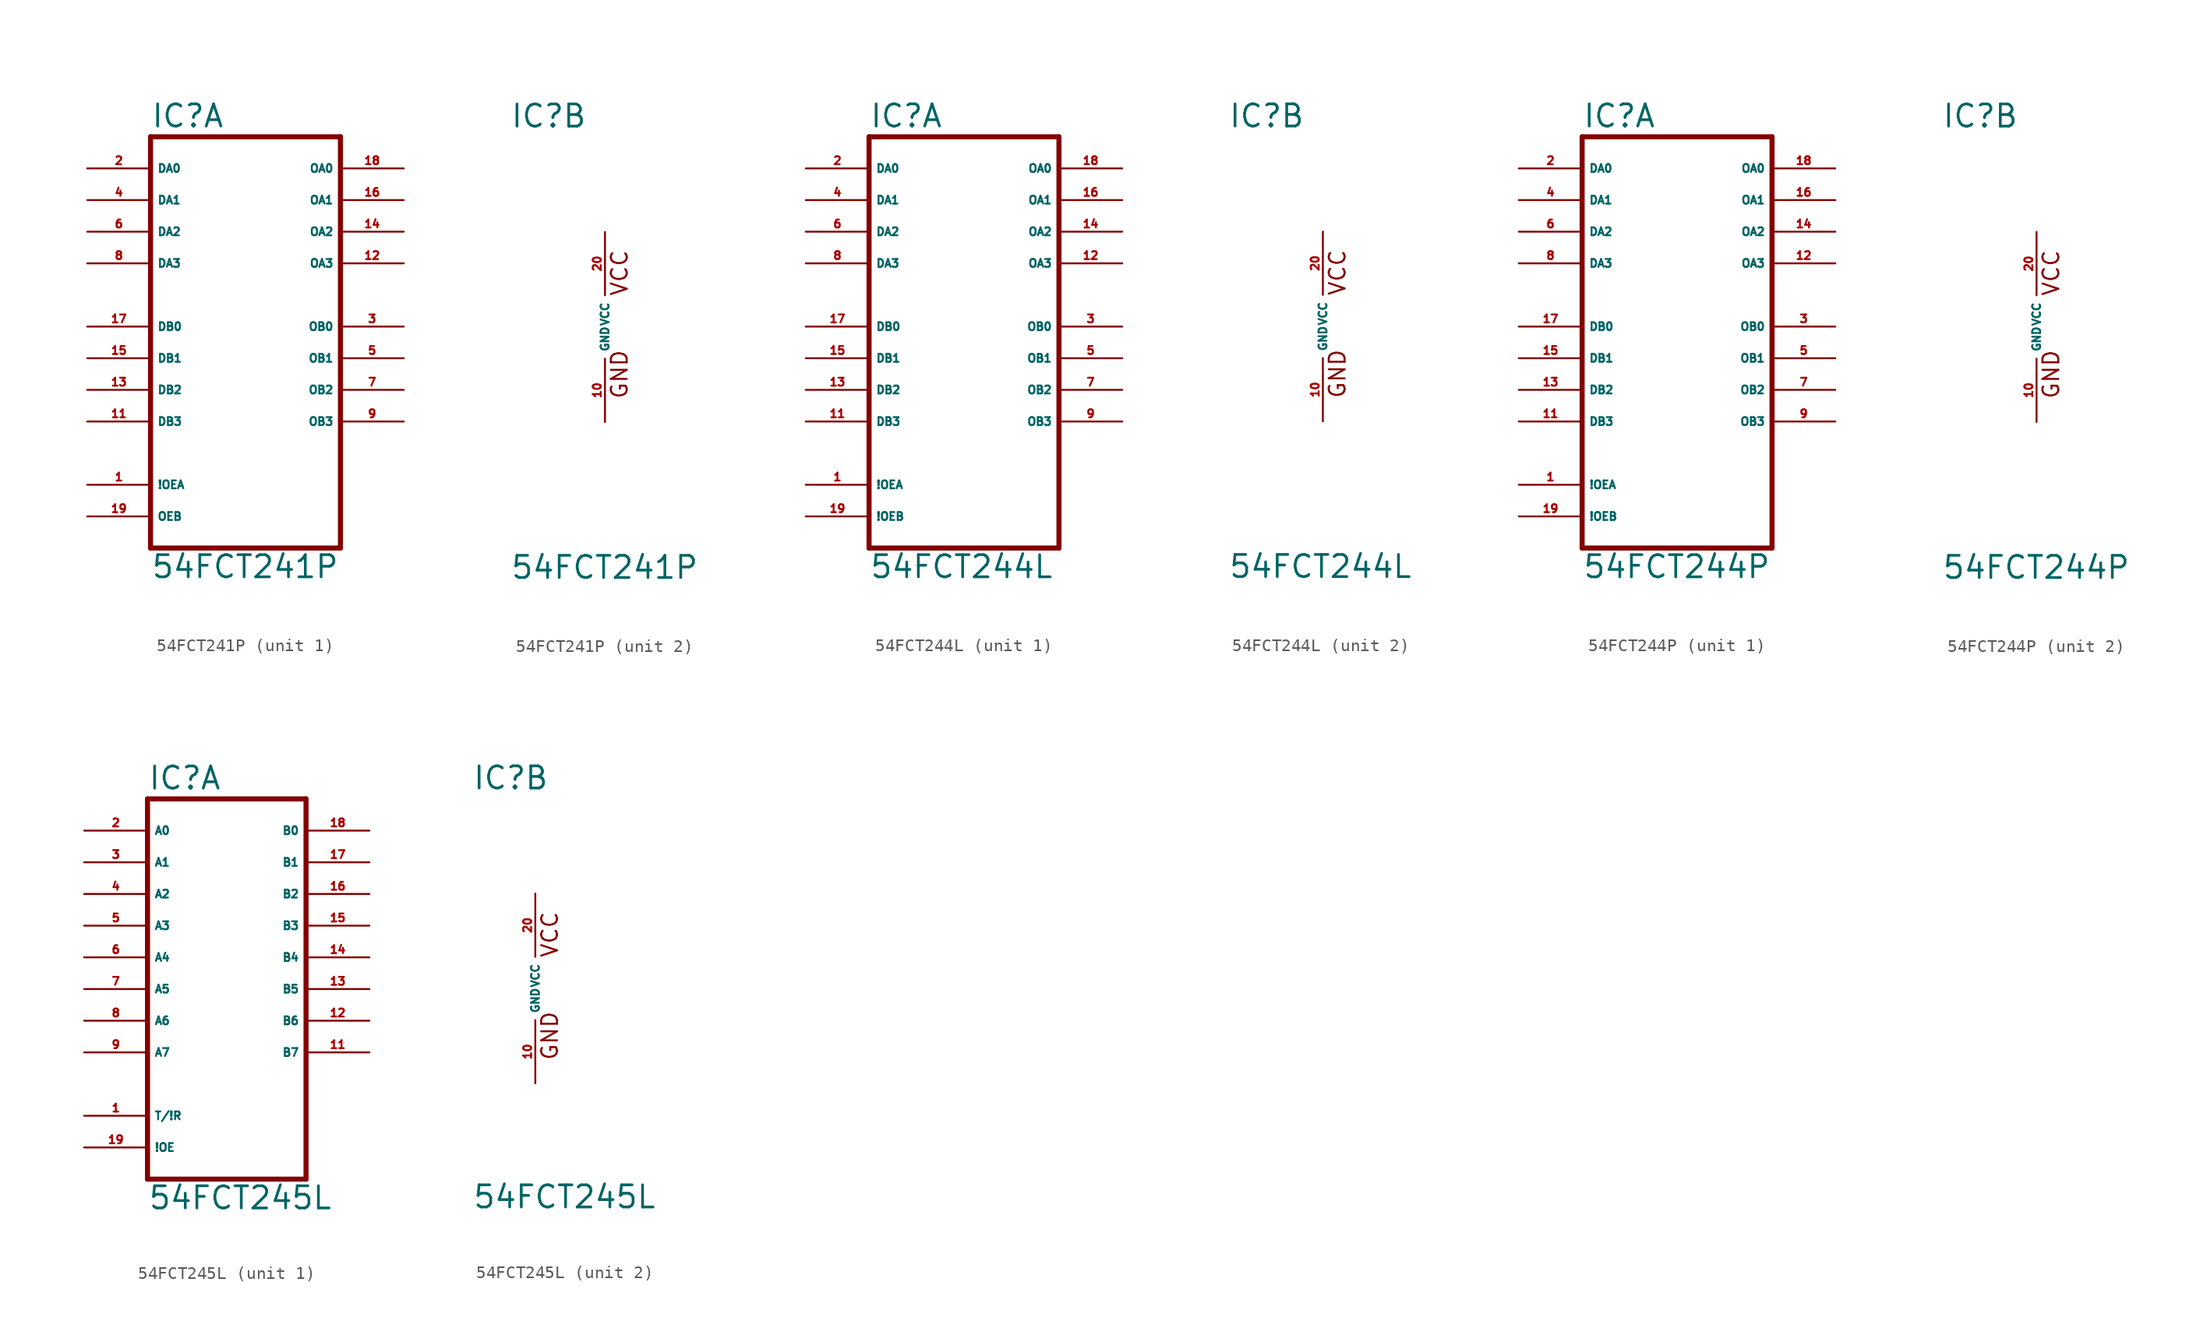
<source format=kicad_sym>
(kicad_symbol_lib
  (version 20220914)
  (generator Eagle2Kicad)
  (symbol "54FCT241P"
    (property "Reference" "IC"
      (at -7.62 15.875 0)
      (effects (font (size 1.778 1.778) (thickness 0.22)) (justify left bottom)))
    (property "Value" "54FCT241P"
      (at -7.62 -20.32 0)
      (effects (font (size 1.778 1.778) (thickness 0.22)) (justify left bottom)))
    (symbol "54FCT241P_1_0"
      (polyline (pts (xy -7.62 -17.78) (xy 7.62 -17.78)) (stroke (width 0.406) (type default)) (fill (type none)))
      (polyline (pts (xy 7.62 -17.78) (xy 7.62 15.24)) (stroke (width 0.406) (type default)) (fill (type none)))
      (polyline (pts (xy 7.62 15.24) (xy -7.62 15.24)) (stroke (width 0.406) (type default)) (fill (type none)))
      (polyline (pts (xy -7.62 15.24) (xy -7.62 -17.78)) (stroke (width 0.406) (type default)) (fill (type none)))
      (pin input line (at -12.7 12.7 0) (length 5.08) (name "DA0" (effects (font (size 0.635 0.635) (thickness 0.08)) (justify left bottom))) (number "2" (effects (font (size 0.635 0.635) (thickness 0.08)) (justify left bottom))))
      (pin input line (at -12.7 10.16 0) (length 5.08) (name "DA1" (effects (font (size 0.635 0.635) (thickness 0.08)) (justify left bottom))) (number "4" (effects (font (size 0.635 0.635) (thickness 0.08)) (justify left bottom))))
      (pin input line (at -12.7 7.62 0) (length 5.08) (name "DA2" (effects (font (size 0.635 0.635) (thickness 0.08)) (justify left bottom))) (number "6" (effects (font (size 0.635 0.635) (thickness 0.08)) (justify left bottom))))
      (pin input line (at -12.7 5.08 0) (length 5.08) (name "DA3" (effects (font (size 0.635 0.635) (thickness 0.08)) (justify left bottom))) (number "8" (effects (font (size 0.635 0.635) (thickness 0.08)) (justify left bottom))))
      (pin input line (at -12.7 0 0) (length 5.08) (name "DB0" (effects (font (size 0.635 0.635) (thickness 0.08)) (justify left bottom))) (number "17" (effects (font (size 0.635 0.635) (thickness 0.08)) (justify left bottom))))
      (pin input line (at -12.7 -2.54 0) (length 5.08) (name "DB1" (effects (font (size 0.635 0.635) (thickness 0.08)) (justify left bottom))) (number "15" (effects (font (size 0.635 0.635) (thickness 0.08)) (justify left bottom))))
      (pin input line (at -12.7 -5.08 0) (length 5.08) (name "DB2" (effects (font (size 0.635 0.635) (thickness 0.08)) (justify left bottom))) (number "13" (effects (font (size 0.635 0.635) (thickness 0.08)) (justify left bottom))))
      (pin input line (at -12.7 -7.62 0) (length 5.08) (name "DB3" (effects (font (size 0.635 0.635) (thickness 0.08)) (justify left bottom))) (number "11" (effects (font (size 0.635 0.635) (thickness 0.08)) (justify left bottom))))
      (pin input line (at -12.7 -12.7 0) (length 5.08) (name "!OEA" (effects (font (size 0.635 0.635) (thickness 0.08)) (justify left bottom))) (number "1" (effects (font (size 0.635 0.635) (thickness 0.08)) (justify left bottom))))
      (pin input line (at -12.7 -15.24 0) (length 5.08) (name "OEB" (effects (font (size 0.635 0.635) (thickness 0.08)) (justify left bottom))) (number "19" (effects (font (size 0.635 0.635) (thickness 0.08)) (justify left bottom))))
      (pin output line (at 12.7 12.7 180) (length 5.08) (name "OA0" (effects (font (size 0.635 0.635) (thickness 0.08)) (justify left bottom))) (number "18" (effects (font (size 0.635 0.635) (thickness 0.08)) (justify left bottom))))
      (pin output line (at 12.7 10.16 180) (length 5.08) (name "OA1" (effects (font (size 0.635 0.635) (thickness 0.08)) (justify left bottom))) (number "16" (effects (font (size 0.635 0.635) (thickness 0.08)) (justify left bottom))))
      (pin output line (at 12.7 7.62 180) (length 5.08) (name "OA2" (effects (font (size 0.635 0.635) (thickness 0.08)) (justify left bottom))) (number "14" (effects (font (size 0.635 0.635) (thickness 0.08)) (justify left bottom))))
      (pin output line (at 12.7 5.08 180) (length 5.08) (name "OA3" (effects (font (size 0.635 0.635) (thickness 0.08)) (justify left bottom))) (number "12" (effects (font (size 0.635 0.635) (thickness 0.08)) (justify left bottom))))
      (pin output line (at 12.7 0 180) (length 5.08) (name "OB0" (effects (font (size 0.635 0.635) (thickness 0.08)) (justify left bottom))) (number "3" (effects (font (size 0.635 0.635) (thickness 0.08)) (justify left bottom))))
      (pin output line (at 12.7 -2.54 180) (length 5.08) (name "OB1" (effects (font (size 0.635 0.635) (thickness 0.08)) (justify left bottom))) (number "5" (effects (font (size 0.635 0.635) (thickness 0.08)) (justify left bottom))))
      (pin output line (at 12.7 -5.08 180) (length 5.08) (name "OB2" (effects (font (size 0.635 0.635) (thickness 0.08)) (justify left bottom))) (number "7" (effects (font (size 0.635 0.635) (thickness 0.08)) (justify left bottom))))
      (pin output line (at 12.7 -7.62 180) (length 5.08) (name "OB3" (effects (font (size 0.635 0.635) (thickness 0.08)) (justify left bottom))) (number "9" (effects (font (size 0.635 0.635) (thickness 0.08)) (justify left bottom)))))
    (symbol "54FCT241P_2_0"
      (text "GND" (at 1.905 -5.842 900) (effects (font (size 1.27 1.27) (thickness 0.16)) (justify left bottom)))
      (text "VCC" (at 1.905 2.413 900) (effects (font (size 1.27 1.27) (thickness 0.16)) (justify left bottom)))
      (pin unspecified line (at 0 7.62 270) (length 5.08) (name "VCC" (effects (font (size 0.635 0.635) (thickness 0.08)) (justify left bottom))) (number "20" (effects (font (size 0.635 0.635) (thickness 0.08)) (justify left bottom))))
      (pin unspecified line (at 0 -7.62 90) (length 5.08) (name "GND" (effects (font (size 0.635 0.635) (thickness 0.08)) (justify left bottom))) (number "10" (effects (font (size 0.635 0.635) (thickness 0.08)) (justify left bottom))))))
  (symbol "54FCT244L"
    (property "Reference" "IC"
      (at -7.62 15.875 0)
      (effects (font (size 1.778 1.778) (thickness 0.22)) (justify left bottom)))
    (property "Value" "54FCT244L"
      (at -7.62 -20.32 0)
      (effects (font (size 1.778 1.778) (thickness 0.22)) (justify left bottom)))
    (symbol "54FCT244L_1_0"
      (polyline (pts (xy -7.62 -17.78) (xy 7.62 -17.78)) (stroke (width 0.406) (type default)) (fill (type none)))
      (polyline (pts (xy 7.62 -17.78) (xy 7.62 15.24)) (stroke (width 0.406) (type default)) (fill (type none)))
      (polyline (pts (xy 7.62 15.24) (xy -7.62 15.24)) (stroke (width 0.406) (type default)) (fill (type none)))
      (polyline (pts (xy -7.62 15.24) (xy -7.62 -17.78)) (stroke (width 0.406) (type default)) (fill (type none)))
      (pin input line (at -12.7 12.7 0) (length 5.08) (name "DA0" (effects (font (size 0.635 0.635) (thickness 0.08)) (justify left bottom))) (number "2" (effects (font (size 0.635 0.635) (thickness 0.08)) (justify left bottom))))
      (pin input line (at -12.7 10.16 0) (length 5.08) (name "DA1" (effects (font (size 0.635 0.635) (thickness 0.08)) (justify left bottom))) (number "4" (effects (font (size 0.635 0.635) (thickness 0.08)) (justify left bottom))))
      (pin input line (at -12.7 7.62 0) (length 5.08) (name "DA2" (effects (font (size 0.635 0.635) (thickness 0.08)) (justify left bottom))) (number "6" (effects (font (size 0.635 0.635) (thickness 0.08)) (justify left bottom))))
      (pin input line (at -12.7 5.08 0) (length 5.08) (name "DA3" (effects (font (size 0.635 0.635) (thickness 0.08)) (justify left bottom))) (number "8" (effects (font (size 0.635 0.635) (thickness 0.08)) (justify left bottom))))
      (pin input line (at -12.7 0 0) (length 5.08) (name "DB0" (effects (font (size 0.635 0.635) (thickness 0.08)) (justify left bottom))) (number "17" (effects (font (size 0.635 0.635) (thickness 0.08)) (justify left bottom))))
      (pin input line (at -12.7 -2.54 0) (length 5.08) (name "DB1" (effects (font (size 0.635 0.635) (thickness 0.08)) (justify left bottom))) (number "15" (effects (font (size 0.635 0.635) (thickness 0.08)) (justify left bottom))))
      (pin input line (at -12.7 -5.08 0) (length 5.08) (name "DB2" (effects (font (size 0.635 0.635) (thickness 0.08)) (justify left bottom))) (number "13" (effects (font (size 0.635 0.635) (thickness 0.08)) (justify left bottom))))
      (pin input line (at -12.7 -7.62 0) (length 5.08) (name "DB3" (effects (font (size 0.635 0.635) (thickness 0.08)) (justify left bottom))) (number "11" (effects (font (size 0.635 0.635) (thickness 0.08)) (justify left bottom))))
      (pin input line (at -12.7 -12.7 0) (length 5.08) (name "!OEA" (effects (font (size 0.635 0.635) (thickness 0.08)) (justify left bottom))) (number "1" (effects (font (size 0.635 0.635) (thickness 0.08)) (justify left bottom))))
      (pin input line (at -12.7 -15.24 0) (length 5.08) (name "!OEB" (effects (font (size 0.635 0.635) (thickness 0.08)) (justify left bottom))) (number "19" (effects (font (size 0.635 0.635) (thickness 0.08)) (justify left bottom))))
      (pin output line (at 12.7 12.7 180) (length 5.08) (name "OA0" (effects (font (size 0.635 0.635) (thickness 0.08)) (justify left bottom))) (number "18" (effects (font (size 0.635 0.635) (thickness 0.08)) (justify left bottom))))
      (pin output line (at 12.7 10.16 180) (length 5.08) (name "OA1" (effects (font (size 0.635 0.635) (thickness 0.08)) (justify left bottom))) (number "16" (effects (font (size 0.635 0.635) (thickness 0.08)) (justify left bottom))))
      (pin output line (at 12.7 7.62 180) (length 5.08) (name "OA2" (effects (font (size 0.635 0.635) (thickness 0.08)) (justify left bottom))) (number "14" (effects (font (size 0.635 0.635) (thickness 0.08)) (justify left bottom))))
      (pin output line (at 12.7 5.08 180) (length 5.08) (name "OA3" (effects (font (size 0.635 0.635) (thickness 0.08)) (justify left bottom))) (number "12" (effects (font (size 0.635 0.635) (thickness 0.08)) (justify left bottom))))
      (pin output line (at 12.7 0 180) (length 5.08) (name "OB0" (effects (font (size 0.635 0.635) (thickness 0.08)) (justify left bottom))) (number "3" (effects (font (size 0.635 0.635) (thickness 0.08)) (justify left bottom))))
      (pin output line (at 12.7 -2.54 180) (length 5.08) (name "OB1" (effects (font (size 0.635 0.635) (thickness 0.08)) (justify left bottom))) (number "5" (effects (font (size 0.635 0.635) (thickness 0.08)) (justify left bottom))))
      (pin output line (at 12.7 -5.08 180) (length 5.08) (name "OB2" (effects (font (size 0.635 0.635) (thickness 0.08)) (justify left bottom))) (number "7" (effects (font (size 0.635 0.635) (thickness 0.08)) (justify left bottom))))
      (pin output line (at 12.7 -7.62 180) (length 5.08) (name "OB3" (effects (font (size 0.635 0.635) (thickness 0.08)) (justify left bottom))) (number "9" (effects (font (size 0.635 0.635) (thickness 0.08)) (justify left bottom)))))
    (symbol "54FCT244L_2_0"
      (text "GND" (at 1.905 -5.842 900) (effects (font (size 1.27 1.27) (thickness 0.16)) (justify left bottom)))
      (text "VCC" (at 1.905 2.413 900) (effects (font (size 1.27 1.27) (thickness 0.16)) (justify left bottom)))
      (pin unspecified line (at 0 7.62 270) (length 5.08) (name "VCC" (effects (font (size 0.635 0.635) (thickness 0.08)) (justify left bottom))) (number "20" (effects (font (size 0.635 0.635) (thickness 0.08)) (justify left bottom))))
      (pin unspecified line (at 0 -7.62 90) (length 5.08) (name "GND" (effects (font (size 0.635 0.635) (thickness 0.08)) (justify left bottom))) (number "10" (effects (font (size 0.635 0.635) (thickness 0.08)) (justify left bottom))))))
  (symbol "54FCT244P"
    (property "Reference" "IC"
      (at -7.62 15.875 0)
      (effects (font (size 1.778 1.778) (thickness 0.22)) (justify left bottom)))
    (property "Value" "54FCT244P"
      (at -7.62 -20.32 0)
      (effects (font (size 1.778 1.778) (thickness 0.22)) (justify left bottom)))
    (symbol "54FCT244P_1_0"
      (polyline (pts (xy -7.62 -17.78) (xy 7.62 -17.78)) (stroke (width 0.406) (type default)) (fill (type none)))
      (polyline (pts (xy 7.62 -17.78) (xy 7.62 15.24)) (stroke (width 0.406) (type default)) (fill (type none)))
      (polyline (pts (xy 7.62 15.24) (xy -7.62 15.24)) (stroke (width 0.406) (type default)) (fill (type none)))
      (polyline (pts (xy -7.62 15.24) (xy -7.62 -17.78)) (stroke (width 0.406) (type default)) (fill (type none)))
      (pin input line (at -12.7 12.7 0) (length 5.08) (name "DA0" (effects (font (size 0.635 0.635) (thickness 0.08)) (justify left bottom))) (number "2" (effects (font (size 0.635 0.635) (thickness 0.08)) (justify left bottom))))
      (pin input line (at -12.7 10.16 0) (length 5.08) (name "DA1" (effects (font (size 0.635 0.635) (thickness 0.08)) (justify left bottom))) (number "4" (effects (font (size 0.635 0.635) (thickness 0.08)) (justify left bottom))))
      (pin input line (at -12.7 7.62 0) (length 5.08) (name "DA2" (effects (font (size 0.635 0.635) (thickness 0.08)) (justify left bottom))) (number "6" (effects (font (size 0.635 0.635) (thickness 0.08)) (justify left bottom))))
      (pin input line (at -12.7 5.08 0) (length 5.08) (name "DA3" (effects (font (size 0.635 0.635) (thickness 0.08)) (justify left bottom))) (number "8" (effects (font (size 0.635 0.635) (thickness 0.08)) (justify left bottom))))
      (pin input line (at -12.7 0 0) (length 5.08) (name "DB0" (effects (font (size 0.635 0.635) (thickness 0.08)) (justify left bottom))) (number "17" (effects (font (size 0.635 0.635) (thickness 0.08)) (justify left bottom))))
      (pin input line (at -12.7 -2.54 0) (length 5.08) (name "DB1" (effects (font (size 0.635 0.635) (thickness 0.08)) (justify left bottom))) (number "15" (effects (font (size 0.635 0.635) (thickness 0.08)) (justify left bottom))))
      (pin input line (at -12.7 -5.08 0) (length 5.08) (name "DB2" (effects (font (size 0.635 0.635) (thickness 0.08)) (justify left bottom))) (number "13" (effects (font (size 0.635 0.635) (thickness 0.08)) (justify left bottom))))
      (pin input line (at -12.7 -7.62 0) (length 5.08) (name "DB3" (effects (font (size 0.635 0.635) (thickness 0.08)) (justify left bottom))) (number "11" (effects (font (size 0.635 0.635) (thickness 0.08)) (justify left bottom))))
      (pin input line (at -12.7 -12.7 0) (length 5.08) (name "!OEA" (effects (font (size 0.635 0.635) (thickness 0.08)) (justify left bottom))) (number "1" (effects (font (size 0.635 0.635) (thickness 0.08)) (justify left bottom))))
      (pin input line (at -12.7 -15.24 0) (length 5.08) (name "!OEB" (effects (font (size 0.635 0.635) (thickness 0.08)) (justify left bottom))) (number "19" (effects (font (size 0.635 0.635) (thickness 0.08)) (justify left bottom))))
      (pin output line (at 12.7 12.7 180) (length 5.08) (name "OA0" (effects (font (size 0.635 0.635) (thickness 0.08)) (justify left bottom))) (number "18" (effects (font (size 0.635 0.635) (thickness 0.08)) (justify left bottom))))
      (pin output line (at 12.7 10.16 180) (length 5.08) (name "OA1" (effects (font (size 0.635 0.635) (thickness 0.08)) (justify left bottom))) (number "16" (effects (font (size 0.635 0.635) (thickness 0.08)) (justify left bottom))))
      (pin output line (at 12.7 7.62 180) (length 5.08) (name "OA2" (effects (font (size 0.635 0.635) (thickness 0.08)) (justify left bottom))) (number "14" (effects (font (size 0.635 0.635) (thickness 0.08)) (justify left bottom))))
      (pin output line (at 12.7 5.08 180) (length 5.08) (name "OA3" (effects (font (size 0.635 0.635) (thickness 0.08)) (justify left bottom))) (number "12" (effects (font (size 0.635 0.635) (thickness 0.08)) (justify left bottom))))
      (pin output line (at 12.7 0 180) (length 5.08) (name "OB0" (effects (font (size 0.635 0.635) (thickness 0.08)) (justify left bottom))) (number "3" (effects (font (size 0.635 0.635) (thickness 0.08)) (justify left bottom))))
      (pin output line (at 12.7 -2.54 180) (length 5.08) (name "OB1" (effects (font (size 0.635 0.635) (thickness 0.08)) (justify left bottom))) (number "5" (effects (font (size 0.635 0.635) (thickness 0.08)) (justify left bottom))))
      (pin output line (at 12.7 -5.08 180) (length 5.08) (name "OB2" (effects (font (size 0.635 0.635) (thickness 0.08)) (justify left bottom))) (number "7" (effects (font (size 0.635 0.635) (thickness 0.08)) (justify left bottom))))
      (pin output line (at 12.7 -7.62 180) (length 5.08) (name "OB3" (effects (font (size 0.635 0.635) (thickness 0.08)) (justify left bottom))) (number "9" (effects (font (size 0.635 0.635) (thickness 0.08)) (justify left bottom)))))
    (symbol "54FCT244P_2_0"
      (text "GND" (at 1.905 -5.842 900) (effects (font (size 1.27 1.27) (thickness 0.16)) (justify left bottom)))
      (text "VCC" (at 1.905 2.413 900) (effects (font (size 1.27 1.27) (thickness 0.16)) (justify left bottom)))
      (pin unspecified line (at 0 7.62 270) (length 5.08) (name "VCC" (effects (font (size 0.635 0.635) (thickness 0.08)) (justify left bottom))) (number "20" (effects (font (size 0.635 0.635) (thickness 0.08)) (justify left bottom))))
      (pin unspecified line (at 0 -7.62 90) (length 5.08) (name "GND" (effects (font (size 0.635 0.635) (thickness 0.08)) (justify left bottom))) (number "10" (effects (font (size 0.635 0.635) (thickness 0.08)) (justify left bottom))))))
  (symbol "54FCT245L"
    (property "Reference" "IC"
      (at -5.08 15.875 0)
      (effects (font (size 1.778 1.778) (thickness 0.22)) (justify left bottom)))
    (property "Value" "54FCT245L"
      (at -5.08 -17.78 0)
      (effects (font (size 1.778 1.778) (thickness 0.22)) (justify left bottom)))
    (symbol "54FCT245L_1_0"
      (polyline (pts (xy -5.08 -15.24) (xy 7.62 -15.24)) (stroke (width 0.406) (type default)) (fill (type none)))
      (polyline (pts (xy 7.62 -15.24) (xy 7.62 15.24)) (stroke (width 0.406) (type default)) (fill (type none)))
      (polyline (pts (xy 7.62 15.24) (xy -5.08 15.24)) (stroke (width 0.406) (type default)) (fill (type none)))
      (polyline (pts (xy -5.08 15.24) (xy -5.08 -15.24)) (stroke (width 0.406) (type default)) (fill (type none)))
      (pin bidirectional line (at -10.16 12.7 0) (length 5.08) (name "A0" (effects (font (size 0.635 0.635) (thickness 0.08)) (justify left bottom))) (number "2" (effects (font (size 0.635 0.635) (thickness 0.08)) (justify left bottom))))
      (pin bidirectional line (at -10.16 10.16 0) (length 5.08) (name "A1" (effects (font (size 0.635 0.635) (thickness 0.08)) (justify left bottom))) (number "3" (effects (font (size 0.635 0.635) (thickness 0.08)) (justify left bottom))))
      (pin bidirectional line (at -10.16 7.62 0) (length 5.08) (name "A2" (effects (font (size 0.635 0.635) (thickness 0.08)) (justify left bottom))) (number "4" (effects (font (size 0.635 0.635) (thickness 0.08)) (justify left bottom))))
      (pin bidirectional line (at -10.16 5.08 0) (length 5.08) (name "A3" (effects (font (size 0.635 0.635) (thickness 0.08)) (justify left bottom))) (number "5" (effects (font (size 0.635 0.635) (thickness 0.08)) (justify left bottom))))
      (pin bidirectional line (at -10.16 2.54 0) (length 5.08) (name "A4" (effects (font (size 0.635 0.635) (thickness 0.08)) (justify left bottom))) (number "6" (effects (font (size 0.635 0.635) (thickness 0.08)) (justify left bottom))))
      (pin bidirectional line (at -10.16 0 0) (length 5.08) (name "A5" (effects (font (size 0.635 0.635) (thickness 0.08)) (justify left bottom))) (number "7" (effects (font (size 0.635 0.635) (thickness 0.08)) (justify left bottom))))
      (pin bidirectional line (at -10.16 -2.54 0) (length 5.08) (name "A6" (effects (font (size 0.635 0.635) (thickness 0.08)) (justify left bottom))) (number "8" (effects (font (size 0.635 0.635) (thickness 0.08)) (justify left bottom))))
      (pin bidirectional line (at -10.16 -5.08 0) (length 5.08) (name "A7" (effects (font (size 0.635 0.635) (thickness 0.08)) (justify left bottom))) (number "9" (effects (font (size 0.635 0.635) (thickness 0.08)) (justify left bottom))))
      (pin bidirectional line (at 12.7 12.7 180) (length 5.08) (name "B0" (effects (font (size 0.635 0.635) (thickness 0.08)) (justify left bottom))) (number "18" (effects (font (size 0.635 0.635) (thickness 0.08)) (justify left bottom))))
      (pin bidirectional line (at 12.7 10.16 180) (length 5.08) (name "B1" (effects (font (size 0.635 0.635) (thickness 0.08)) (justify left bottom))) (number "17" (effects (font (size 0.635 0.635) (thickness 0.08)) (justify left bottom))))
      (pin bidirectional line (at 12.7 7.62 180) (length 5.08) (name "B2" (effects (font (size 0.635 0.635) (thickness 0.08)) (justify left bottom))) (number "16" (effects (font (size 0.635 0.635) (thickness 0.08)) (justify left bottom))))
      (pin bidirectional line (at 12.7 5.08 180) (length 5.08) (name "B3" (effects (font (size 0.635 0.635) (thickness 0.08)) (justify left bottom))) (number "15" (effects (font (size 0.635 0.635) (thickness 0.08)) (justify left bottom))))
      (pin bidirectional line (at 12.7 2.54 180) (length 5.08) (name "B4" (effects (font (size 0.635 0.635) (thickness 0.08)) (justify left bottom))) (number "14" (effects (font (size 0.635 0.635) (thickness 0.08)) (justify left bottom))))
      (pin bidirectional line (at 12.7 0 180) (length 5.08) (name "B5" (effects (font (size 0.635 0.635) (thickness 0.08)) (justify left bottom))) (number "13" (effects (font (size 0.635 0.635) (thickness 0.08)) (justify left bottom))))
      (pin bidirectional line (at 12.7 -2.54 180) (length 5.08) (name "B6" (effects (font (size 0.635 0.635) (thickness 0.08)) (justify left bottom))) (number "12" (effects (font (size 0.635 0.635) (thickness 0.08)) (justify left bottom))))
      (pin bidirectional line (at 12.7 -5.08 180) (length 5.08) (name "B7" (effects (font (size 0.635 0.635) (thickness 0.08)) (justify left bottom))) (number "11" (effects (font (size 0.635 0.635) (thickness 0.08)) (justify left bottom))))
      (pin input line (at -10.16 -10.16 0) (length 5.08) (name "T/!R" (effects (font (size 0.635 0.635) (thickness 0.08)) (justify left bottom))) (number "1" (effects (font (size 0.635 0.635) (thickness 0.08)) (justify left bottom))))
      (pin input line (at -10.16 -12.7 0) (length 5.08) (name "!OE" (effects (font (size 0.635 0.635) (thickness 0.08)) (justify left bottom))) (number "19" (effects (font (size 0.635 0.635) (thickness 0.08)) (justify left bottom)))))
    (symbol "54FCT245L_2_0"
      (text "GND" (at 1.905 -5.842 900) (effects (font (size 1.27 1.27) (thickness 0.16)) (justify left bottom)))
      (text "VCC" (at 1.905 2.413 900) (effects (font (size 1.27 1.27) (thickness 0.16)) (justify left bottom)))
      (pin unspecified line (at 0 7.62 270) (length 5.08) (name "VCC" (effects (font (size 0.635 0.635) (thickness 0.08)) (justify left bottom))) (number "20" (effects (font (size 0.635 0.635) (thickness 0.08)) (justify left bottom))))
      (pin unspecified line (at 0 -7.62 90) (length 5.08) (name "GND" (effects (font (size 0.635 0.635) (thickness 0.08)) (justify left bottom))) (number "10" (effects (font (size 0.635 0.635) (thickness 0.08)) (justify left bottom)))))))
</source>
